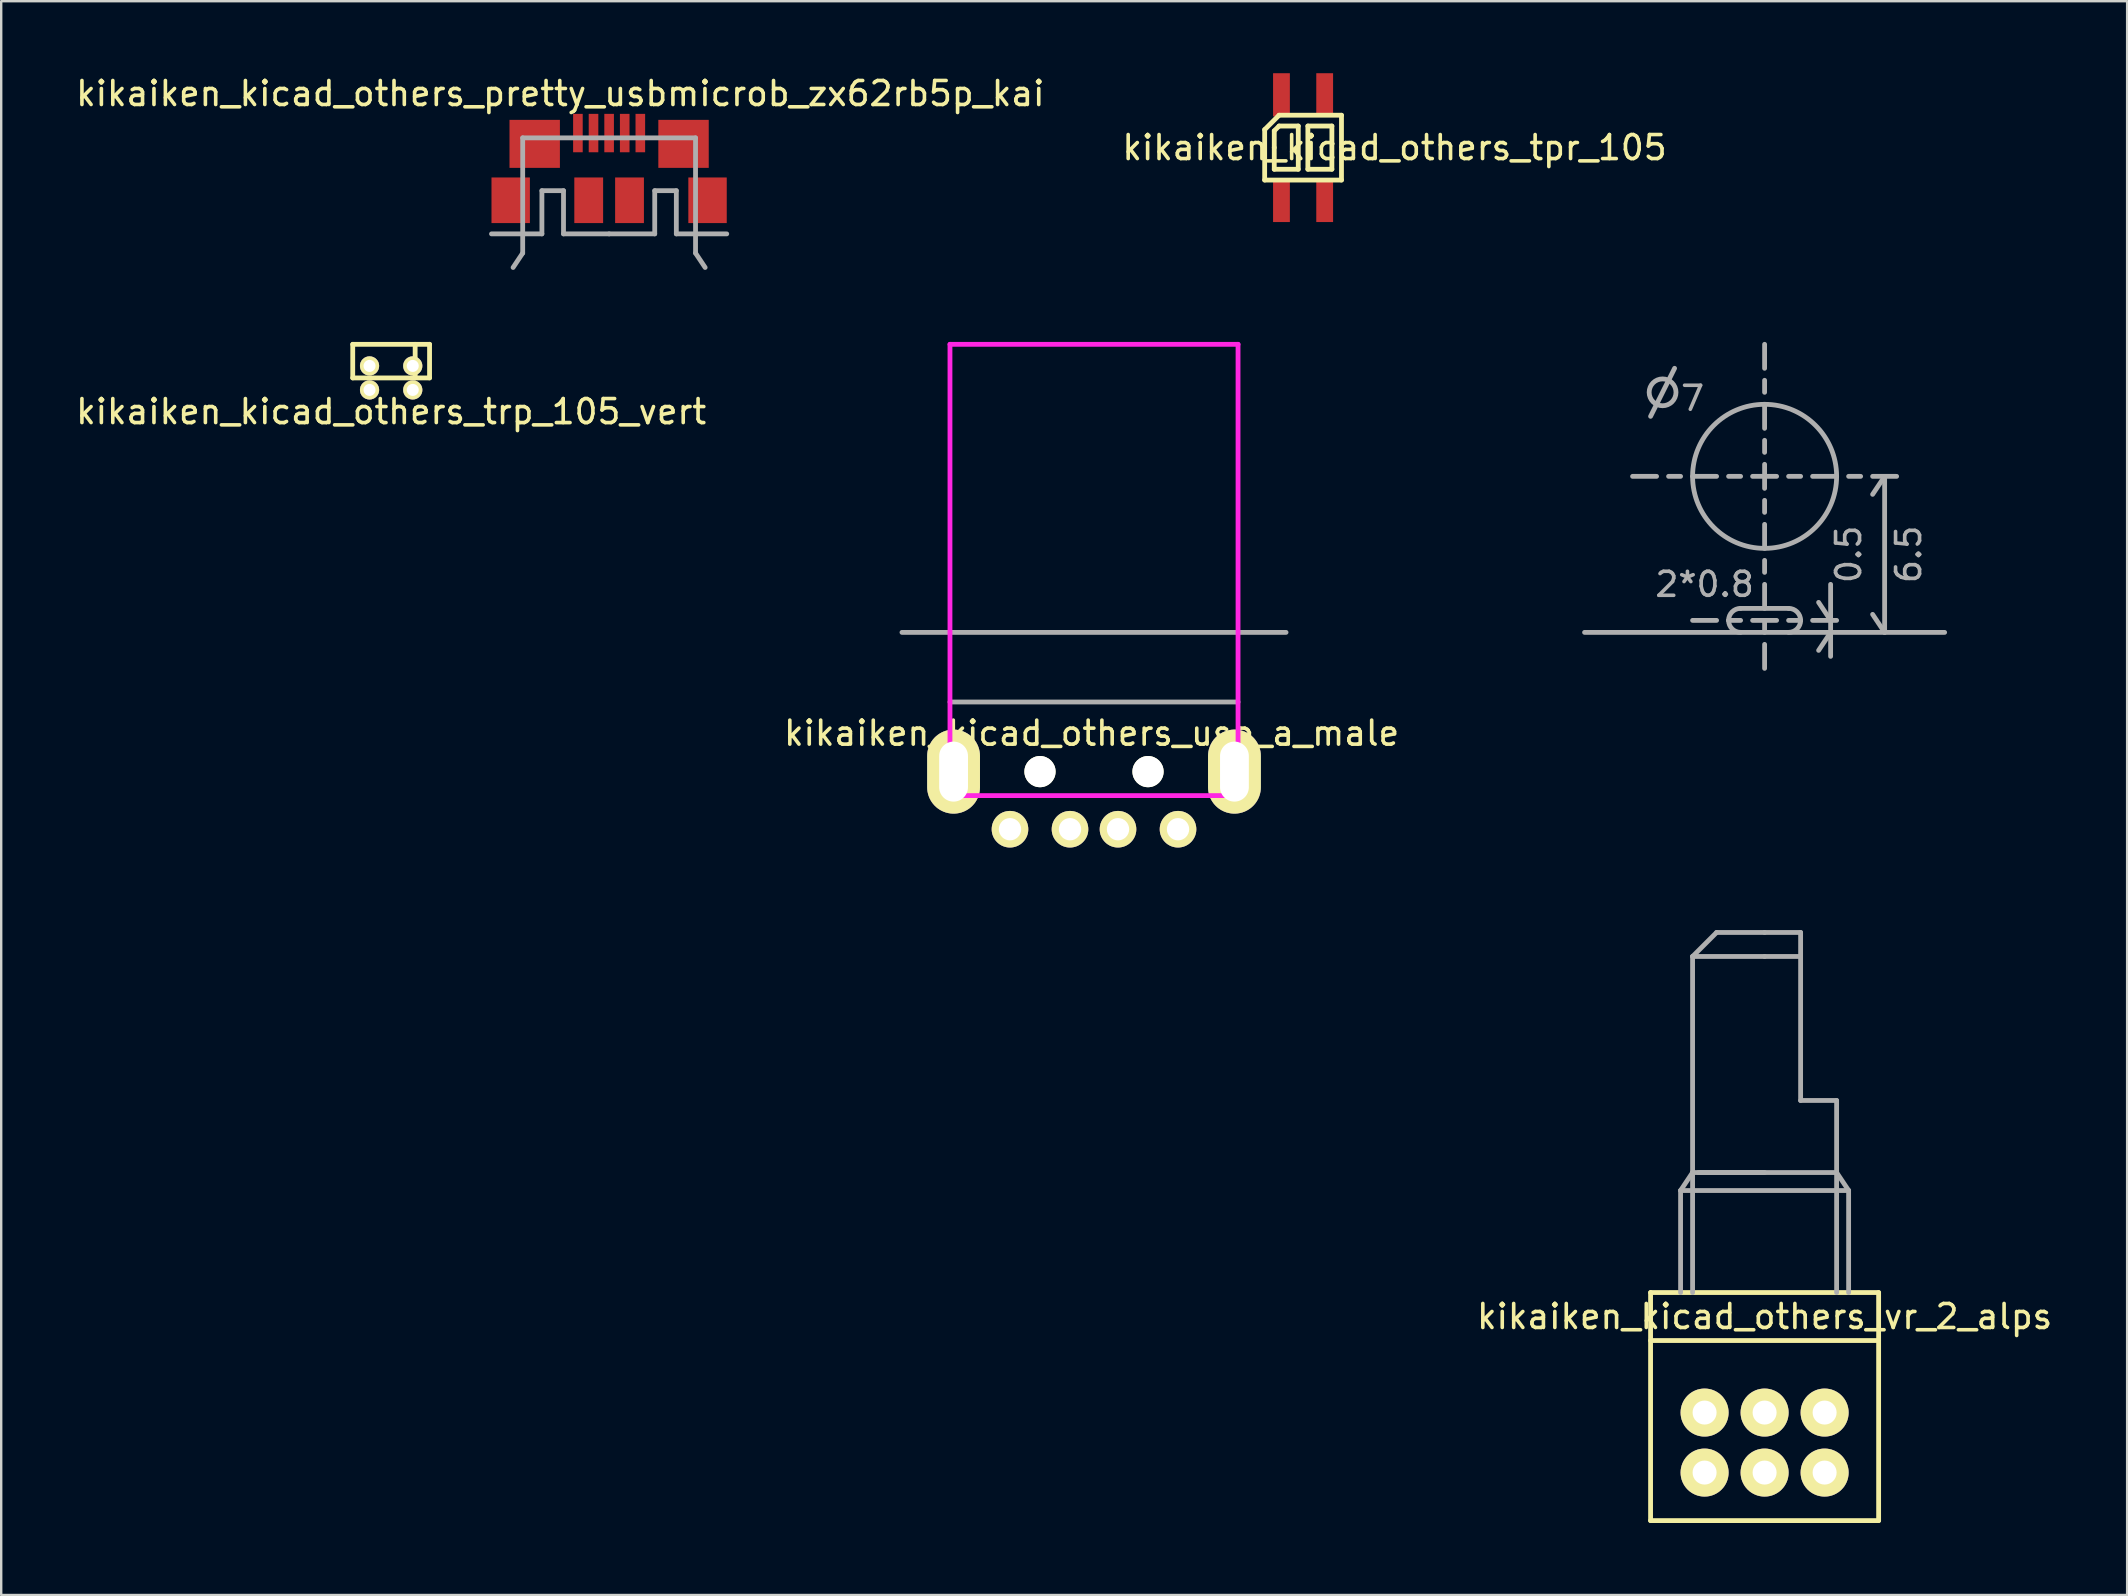
<source format=kicad_pcb>
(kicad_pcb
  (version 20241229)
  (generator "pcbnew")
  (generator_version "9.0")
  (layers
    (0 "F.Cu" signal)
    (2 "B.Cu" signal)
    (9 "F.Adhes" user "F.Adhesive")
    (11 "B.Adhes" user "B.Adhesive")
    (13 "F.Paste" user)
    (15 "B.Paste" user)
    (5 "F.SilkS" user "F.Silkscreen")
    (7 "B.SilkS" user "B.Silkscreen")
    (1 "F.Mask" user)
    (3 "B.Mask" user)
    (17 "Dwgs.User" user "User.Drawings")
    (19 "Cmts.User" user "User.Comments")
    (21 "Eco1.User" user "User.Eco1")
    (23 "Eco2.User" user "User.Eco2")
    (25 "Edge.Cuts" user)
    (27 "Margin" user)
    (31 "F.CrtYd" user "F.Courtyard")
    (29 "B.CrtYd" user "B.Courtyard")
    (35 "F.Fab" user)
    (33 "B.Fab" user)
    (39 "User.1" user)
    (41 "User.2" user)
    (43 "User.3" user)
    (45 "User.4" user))
  (footprint "kikaiken_kicad_others_tpr_105"
    (layer "F.Cu")
    (at 51.232 3.1)
    (property "Reference" "kikaiken_kicad_others_tpr_105" (at 3.81 0 0) (layer "F.SilkS") (effects (font (size 1 1) (thickness 0.15))))
    (attr through_hole)
    (fp_line (start -1.6 -0.75) (end -1.6 1.35) (stroke (width 0.2) (type solid)) (layer "F.SilkS"))
    (fp_line (start -1.6 1.35) (end 1.6 1.35) (stroke (width 0.2) (type solid)) (layer "F.SilkS"))
    (fp_line (start -1.2 -0.7) (end -1 -0.9) (stroke (width 0.2) (type solid)) (layer "F.SilkS"))
    (fp_line (start -1.2 0) (end -1.2 -0.7) (stroke (width 0.2) (type solid)) (layer "F.SilkS"))
    (fp_line (start -1.2 0.9) (end -1.2 0) (stroke (width 0.2) (type solid)) (layer "F.SilkS"))
    (fp_line (start -1 -1.35) (end -1.6 -0.75) (stroke (width 0.2) (type solid)) (layer "F.SilkS"))
    (fp_line (start -1 -0.9) (end -0.2 -0.9) (stroke (width 0.2) (type solid)) (layer "F.SilkS"))
    (fp_line (start -0.2 -0.9) (end -0.2 0.9) (stroke (width 0.2) (type solid)) (layer "F.SilkS"))
    (fp_line (start -0.2 0.9) (end -1.2 0.9) (stroke (width 0.2) (type solid)) (layer "F.SilkS"))
    (fp_line (start 0.2 -0.9) (end 0.2 0.9) (stroke (width 0.2) (type solid)) (layer "F.SilkS"))
    (fp_line (start 0.2 0.9) (end 1.2 0.9) (stroke (width 0.2) (type solid)) (layer "F.SilkS"))
    (fp_line (start 1.2 -0.9) (end 0.2 -0.9) (stroke (width 0.2) (type solid)) (layer "F.SilkS"))
    (fp_line (start 1.2 0.9) (end 1.2 -0.9) (stroke (width 0.2) (type solid)) (layer "F.SilkS"))
    (fp_line (start 1.6 -1.35) (end -1 -1.35) (stroke (width 0.2) (type solid)) (layer "F.SilkS"))
    (fp_line (start 1.6 -0.05) (end 1.6 -1.35) (stroke (width 0.2) (type solid)) (layer "F.SilkS"))
    (fp_line (start 1.6 1.35) (end 1.6 0) (stroke (width 0.2) (type solid)) (layer "F.SilkS"))
    (pad "1" smd rect (at -0.9 -2.2) (size 0.7 1.8) (layers "F.Cu" "F.Mask" "F.Paste"))
    (pad "2" smd rect (at -0.9 2.2) (size 0.7 1.8) (layers "F.Cu" "F.Mask" "F.Paste"))
    (pad "3" smd rect (at 0.9 -2.2) (size 0.7 1.8) (layers "F.Cu" "F.Mask" "F.Paste"))
    (pad "4" smd rect (at 0.9 2.2) (size 0.7 1.8) (layers "F.Cu" "F.Mask" "F.Paste")))
  (footprint "kikaiken_kicad_others_pretty_usbmicrob_zx62rb5p_kai"
    (layer "F.Cu")
    (at 22.324 5.293)
    (property "Reference" "kikaiken_kicad_others_pretty_usbmicrob_zx62rb5p_kai" (at -2.032 -4.445 0) (layer "F.SilkS") (effects (font (size 1 1) (thickness 0.15))))
    (attr through_hole)
    (fp_line (start -4 2.8) (end -3.6 2.2) (stroke (width 0.2) (type solid)) (layer "F.Fab"))
    (fp_line (start -3.6 -2.6) (end 3.6 -2.6) (stroke (width 0.2) (type solid)) (layer "F.Fab"))
    (fp_line (start -3.6 2.2) (end -3.6 -2.6) (stroke (width 0.2) (type solid)) (layer "F.Fab"))
    (fp_line (start -2.8 -0.4) (end -2.8 1.4) (stroke (width 0.2) (type solid)) (layer "F.Fab"))
    (fp_line (start -2.8 1.4) (end -4.9 1.4) (stroke (width 0.2) (type solid)) (layer "F.Fab"))
    (fp_line (start -1.9 -0.4) (end -2.8 -0.4) (stroke (width 0.2) (type solid)) (layer "F.Fab"))
    (fp_line (start -1.9 1.4) (end -1.9 -0.4) (stroke (width 0.2) (type solid)) (layer "F.Fab"))
    (fp_line (start 0 1.4) (end -1.9 1.4) (stroke (width 0.2) (type solid)) (layer "F.Fab"))
    (fp_line (start 1.9 -0.4) (end 1.9 1.4) (stroke (width 0.2) (type solid)) (layer "F.Fab"))
    (fp_line (start 1.9 1.4) (end 0 1.4) (stroke (width 0.2) (type solid)) (layer "F.Fab"))
    (fp_line (start 2.8 -0.4) (end 1.9 -0.4) (stroke (width 0.2) (type solid)) (layer "F.Fab"))
    (fp_line (start 2.8 1.4) (end 2.8 -0.4) (stroke (width 0.2) (type solid)) (layer "F.Fab"))
    (fp_line (start 3.6 -2.6) (end 3.6 2.2) (stroke (width 0.2) (type solid)) (layer "F.Fab"))
    (fp_line (start 3.6 2.2) (end 4 2.8) (stroke (width 0.2) (type solid)) (layer "F.Fab"))
    (fp_line (start 4.9 1.4) (end 2.8 1.4) (stroke (width 0.2) (type solid)) (layer "F.Fab"))
    (pad "" smd rect (at -4.1 0) (size 1.6 1.9) (layers "F.Cu" "F.Mask" "F.Paste"))
    (pad "" smd rect (at -0.85 0) (size 1.2 1.9) (layers "F.Cu" "F.Mask" "F.Paste"))
    (pad "" smd rect (at 0.85 0) (size 1.2 1.9) (layers "F.Cu" "F.Mask" "F.Paste"))
    (pad "" smd rect (at 4.1 0) (size 1.6 1.9) (layers "F.Cu" "F.Mask" "F.Paste"))
    (pad "1" smd rect (at 1.3 -2.8) (size 0.4 1.6) (layers "F.Cu" "F.Mask" "F.Paste"))
    (pad "2" smd rect (at 0.65 -2.8) (size 0.4 1.6) (layers "F.Cu" "F.Mask" "F.Paste"))
    (pad "3" smd rect (at 0 -2.8) (size 0.4 1.6) (layers "F.Cu" "F.Mask" "F.Paste"))
    (pad "4" smd rect (at -0.65 -2.8) (size 0.4 1.6) (layers "F.Cu" "F.Mask" "F.Paste"))
    (pad "5" smd rect (at -1.3 -2.8) (size 0.4 1.6) (layers "F.Cu" "F.Mask" "F.Paste"))
    (pad "6" smd rect (at -3.1 -2.35) (size 2.1 2) (layers "F.Cu" "F.Mask" "F.Paste"))
    (pad "6" smd rect (at 3.1 -2.35) (size 2.1 2) (layers "F.Cu" "F.Mask" "F.Paste")))
  (footprint "kikaiken_kicad_others_vr_2_alps"
    (layer "F.Cu")
    (at 70.458 50.793)
    (property "Reference" "kikaiken_kicad_others_vr_2_alps" (at 0 1 0) (layer "F.SilkS") (effects (font (size 1 1) (thickness 0.15))))
    (attr through_hole)
    (fp_line (start -4.75 0) (end 4.75 0) (stroke (width 0.2) (type solid)) (layer "F.SilkS"))
    (fp_line (start -4.75 2) (end 4.75 2) (stroke (width 0.2) (type solid)) (layer "F.SilkS"))
    (fp_line (start -4.75 9.5) (end -4.75 0) (stroke (width 0.2) (type solid)) (layer "F.SilkS"))
    (fp_line (start 4.75 0) (end 4.75 9.5) (stroke (width 0.2) (type solid)) (layer "F.SilkS"))
    (fp_line (start 4.75 9.5) (end -4.75 9.5) (stroke (width 0.2) (type solid)) (layer "F.SilkS"))
    (fp_line (start -7.5 -27.5) (end 7.5 -27.5) (stroke (width 0.2) (type solid)) (layer "F.Fab"))
    (fp_line (start -4.5 -34) (end -5.5 -34) (stroke (width 0.2) (type solid)) (layer "F.Fab"))
    (fp_line (start -3.75 -38.5) (end -4.75 -36.5) (stroke (width 0.2) (type solid)) (layer "F.Fab"))
    (fp_line (start -3.5 -34) (end -4 -34) (stroke (width 0.2) (type solid)) (layer "F.Fab"))
    (fp_line (start -3.5 -4.25) (end -3 -5) (stroke (width 0.2) (type solid)) (layer "F.Fab"))
    (fp_line (start -3.5 0) (end -3.5 -4.25) (stroke (width 0.2) (type solid)) (layer "F.Fab"))
    (fp_line (start -3 -14) (end -2 -15) (stroke (width 0.2) (type solid)) (layer "F.Fab"))
    (fp_line (start -3 -14) (end 0 -14) (stroke (width 0.2) (type solid)) (layer "F.Fab"))
    (fp_line (start -3 -5) (end -3 -14) (stroke (width 0.2) (type solid)) (layer "F.Fab"))
    (fp_line (start -3 -5) (end -3 0) (stroke (width 0.2) (type solid)) (layer "F.Fab"))
    (fp_line (start -3 -5) (end 3 -5) (stroke (width 0.2) (type solid)) (layer "F.Fab"))
    (fp_line (start -2.75 -5) (end 0 -5) (stroke (width 0.2) (type solid)) (layer "F.Fab"))
    (fp_line (start -2 -34) (end -3 -34) (stroke (width 0.2) (type solid)) (layer "F.Fab"))
    (fp_line (start -2 -28) (end -3 -28) (stroke (width 0.2) (type solid)) (layer "F.Fab"))
    (fp_line (start -2 -15) (end 0 -15) (stroke (width 0.2) (type solid)) (layer "F.Fab"))
    (fp_line (start -1 -34) (end -1.5 -34) (stroke (width 0.2) (type solid)) (layer "F.Fab"))
    (fp_line (start -1 -28.5) (end 1 -28.5) (stroke (width 0.2) (type solid)) (layer "F.Fab"))
    (fp_line (start -1 -28) (end -1.5 -28) (stroke (width 0.2) (type solid)) (layer "F.Fab"))
    (fp_line (start -0.5 -34) (end 0.5 -34) (stroke (width 0.2) (type solid)) (layer "F.Fab"))
    (fp_line (start -0.5 -28) (end 0.5 -28) (stroke (width 0.2) (type solid)) (layer "F.Fab"))
    (fp_line (start 0 -38.5) (end 0 -39.5) (stroke (width 0.2) (type solid)) (layer "F.Fab"))
    (fp_line (start 0 -37.5) (end 0 -38) (stroke (width 0.2) (type solid)) (layer "F.Fab"))
    (fp_line (start 0 -36) (end 0 -37) (stroke (width 0.2) (type solid)) (layer "F.Fab"))
    (fp_line (start 0 -35) (end 0 -35.5) (stroke (width 0.2) (type solid)) (layer "F.Fab"))
    (fp_line (start 0 -33.5) (end 0 -34.5) (stroke (width 0.2) (type solid)) (layer "F.Fab"))
    (fp_line (start 0 -33) (end 0 -32.5) (stroke (width 0.2) (type solid)) (layer "F.Fab"))
    (fp_line (start 0 -32) (end 0 -31) (stroke (width 0.2) (type solid)) (layer "F.Fab"))
    (fp_line (start 0 -30.5) (end 0 -30) (stroke (width 0.2) (type solid)) (layer "F.Fab"))
    (fp_line (start 0 -29.5) (end 0 -28.5) (stroke (width 0.2) (type solid)) (layer "F.Fab"))
    (fp_line (start 0 -28) (end 0 -27.5) (stroke (width 0.2) (type solid)) (layer "F.Fab"))
    (fp_line (start 0 -27) (end 0 -26) (stroke (width 0.2) (type solid)) (layer "F.Fab"))
    (fp_line (start 0 -14) (end 1.5 -14) (stroke (width 0.2) (type solid)) (layer "F.Fab"))
    (fp_line (start 1 -34) (end 1.5 -34) (stroke (width 0.2) (type solid)) (layer "F.Fab"))
    (fp_line (start 1 -28) (end 1.5 -28) (stroke (width 0.2) (type solid)) (layer "F.Fab"))
    (fp_line (start 1.5 -15) (end 0 -15) (stroke (width 0.2) (type solid)) (layer "F.Fab"))
    (fp_line (start 1.5 -15) (end 1.5 -8) (stroke (width 0.2) (type solid)) (layer "F.Fab"))
    (fp_line (start 1.5 -8) (end 3 -8) (stroke (width 0.2) (type solid)) (layer "F.Fab"))
    (fp_line (start 2 -34) (end 3 -34) (stroke (width 0.2) (type solid)) (layer "F.Fab"))
    (fp_line (start 2 -28) (end 3 -28) (stroke (width 0.2) (type solid)) (layer "F.Fab"))
    (fp_line (start 2.75 -28) (end 2.25 -28.75) (stroke (width 0.2) (type solid)) (layer "F.Fab"))
    (fp_line (start 2.75 -27.5) (end 2.25 -26.75) (stroke (width 0.2) (type solid)) (layer "F.Fab"))
    (fp_line (start 2.75 -26.5) (end 2.75 -29.5) (stroke (width 0.2) (type solid)) (layer "F.Fab"))
    (fp_line (start 3 -8) (end 3 -5) (stroke (width 0.2) (type solid)) (layer "F.Fab"))
    (fp_line (start 3 -5) (end 3 0) (stroke (width 0.2) (type solid)) (layer "F.Fab"))
    (fp_line (start 3 -5) (end 3.5 -4.25) (stroke (width 0.2) (type solid)) (layer "F.Fab"))
    (fp_line (start 3.5 -34) (end 4 -34) (stroke (width 0.2) (type solid)) (layer "F.Fab"))
    (fp_line (start 3.5 -4.25) (end -3.5 -4.25) (stroke (width 0.2) (type solid)) (layer "F.Fab"))
    (fp_line (start 3.5 0) (end 3.5 -4.25) (stroke (width 0.2) (type solid)) (layer "F.Fab"))
    (fp_line (start 4.5 -34) (end 5.5 -34) (stroke (width 0.2) (type solid)) (layer "F.Fab"))
    (fp_line (start 5 -34) (end 4.5 -33.25) (stroke (width 0.2) (type solid)) (layer "F.Fab"))
    (fp_line (start 5 -34) (end 5 -27.5) (stroke (width 0.2) (type solid)) (layer "F.Fab"))
    (fp_line (start 5 -27.5) (end 4.5 -28.25) (stroke (width 0.2) (type solid)) (layer "F.Fab"))
    (fp_arc (start -1.5 -28) (mid -1.353553 -28.353553) (end -1 -28.5) (stroke (width 0.2) (type solid)) (layer "F.Fab"))
    (fp_arc (start -1 -27.5) (mid -1.353553 -27.646447) (end -1.5 -28) (stroke (width 0.2) (type solid)) (layer "F.Fab"))
    (fp_arc (start 1 -28.5) (mid 1.353553 -28.353553) (end 1.5 -28) (stroke (width 0.2) (type solid)) (layer "F.Fab"))
    (fp_arc (start 1.5 -28) (mid 1.353553 -27.646447) (end 1 -27.5) (stroke (width 0.2) (type solid)) (layer "F.Fab"))
    (fp_circle (center -4.25 -37.5) (end -3.75 -37.25) (stroke (width 0.2) (type solid)) (fill no) (layer "F.Fab"))
    (fp_circle (center 0 -34) (end 0 -31) (stroke (width 0.2) (type solid)) (fill no) (layer "F.Fab"))
    (fp_text user "7" (at -3 -37.25 0) (layer "F.Fab") (effects (font (size 1 1) (thickness 0.15))))
    (fp_text user "0.5" (at 3.5 -30.75 90) (layer "F.Fab") (effects (font (size 1 1) (thickness 0.15))))
    (fp_text user "6.5" (at 6 -30.75 90) (layer "F.Fab") (effects (font (size 1 1) (thickness 0.15))))
    (fp_text user "2*0.8" (at -2.5 -29.5 0) (layer "F.Fab") (effects (font (size 1 1) (thickness 0.15))))
    (pad "1" thru_hole circle (at -2.5 5) (size 2 2) (drill 1) (layers "*.Cu" "*.Mask" "F.SilkS"))
    (pad "2" thru_hole circle (at 0 5) (size 2 2) (drill 1) (layers "*.Cu" "*.Mask" "F.SilkS"))
    (pad "3" thru_hole circle (at 2.5 5) (size 2 2) (drill 1) (layers "*.Cu" "*.Mask" "F.SilkS"))
    (pad "4" thru_hole circle (at -2.5 7.5) (size 2 2) (drill 1) (layers "*.Cu" "*.Mask" "F.SilkS"))
    (pad "5" thru_hole circle (at 0 7.5) (size 2 2) (drill 1) (layers "*.Cu" "*.Mask" "F.SilkS"))
    (pad "6" thru_hole circle (at 2.5 7.5) (size 2 2) (drill 1) (layers "*.Cu" "*.Mask" "F.SilkS")))
  (footprint "kikaiken_kicad_others_usb_a_male"
    (layer "F.Cu")
    (at 42.523 31.493)
    (property "Reference" "kikaiken_kicad_others_usb_a_male" (at -0.1 -4 0) (layer "F.SilkS") (effects (font (size 1 1) (thickness 0.15))))
    (attr through_hole)
    (fp_line (start -6 -20.2) (end 6 -20.2) (stroke (width 0.2) (type solid)) (layer "F.CrtYd"))
    (fp_line (start -6 -1.4) (end -6 -20.2) (stroke (width 0.2) (type solid)) (layer "F.CrtYd"))
    (fp_line (start -6 -1.4) (end 6 -1.4) (stroke (width 0.2) (type solid)) (layer "F.CrtYd"))
    (fp_line (start 6 -20.2) (end 6 -1.4) (stroke (width 0.2) (type solid)) (layer "F.CrtYd"))
    (fp_line (start -6 -8.2) (end -8 -8.2) (stroke (width 0.2) (type solid)) (layer "F.Fab"))
    (fp_line (start -6 -8.2) (end 6 -8.2) (stroke (width 0.2) (type solid)) (layer "F.Fab"))
    (fp_line (start -6 -5.3) (end 6 -5.3) (stroke (width 0.2) (type solid)) (layer "F.Fab"))
    (fp_line (start 6 -8.2) (end 8 -8.2) (stroke (width 0.2) (type solid)) (layer "F.Fab"))
    (pad "" np_thru_hole circle (at -2.25 -2.4) (size 1.3 1.3) (drill 1.3) (layers "*.Cu" "*.Mask" "F.SilkS"))
    (pad "" np_thru_hole circle (at 2.25 -2.4) (size 1.3 1.3) (drill 1.3) (layers "*.Cu" "*.Mask" "F.SilkS"))
    (pad "1" thru_hole circle (at -3.5 0) (size 1.524 1.524) (drill 0.93) (layers "*.Cu" "*.Mask" "F.SilkS"))
    (pad "2" thru_hole circle (at -1 0) (size 1.524 1.524) (drill 0.93) (layers "*.Cu" "*.Mask" "F.SilkS"))
    (pad "3" thru_hole circle (at 1 0) (size 1.524 1.524) (drill 0.93) (layers "*.Cu" "*.Mask" "F.SilkS"))
    (pad "4" thru_hole circle (at 3.5 0) (size 1.524 1.524) (drill 0.93) (layers "*.Cu" "*.Mask" "F.SilkS"))
    (pad "5" thru_hole oval (at -5.85 -2.4) (size 2.2 3.5) (drill oval 1.2 2.5) (layers "*.Cu" "*.Mask" "F.SilkS"))
    (pad "5" thru_hole oval (at 5.85 -2.4) (size 2.2 3.5) (drill oval 1.2 2.5) (layers "*.Cu" "*.Mask" "F.SilkS")))
  (footprint "kikaiken_kicad_others_trp_105_vert"
    (layer "F.Cu")
    (at 13.244 12.193)
    (property "Reference" "kikaiken_kicad_others_trp_105_vert" (at 0 1.905 0) (layer "F.SilkS") (effects (font (size 1 1) (thickness 0.15))))
    (attr through_hole)
    (fp_line (start -1.6 -0.9) (end -1.6 0.5) (stroke (width 0.2) (type solid)) (layer "F.SilkS"))
    (fp_line (start -1.6 0.5) (end 1.6 0.5) (stroke (width 0.2) (type solid)) (layer "F.SilkS"))
    (fp_line (start 1 -0.9) (end 1 0.5) (stroke (width 0.2) (type solid)) (layer "F.SilkS"))
    (fp_line (start 1.6 -0.9) (end -1.6 -0.9) (stroke (width 0.2) (type solid)) (layer "F.SilkS"))
    (fp_line (start 1.6 -0.9) (end 1.6 0.5) (stroke (width 0.2) (type solid)) (layer "F.SilkS"))
    (pad "1" thru_hole circle (at 0.9 1) (size 0.8 0.8) (drill 0.5) (layers "*.Cu" "*.Mask" "F.SilkS"))
    (pad "2" thru_hole circle (at 0.9 0) (size 0.8 0.8) (drill 0.5) (layers "*.Cu" "*.Mask" "F.SilkS"))
    (pad "3" thru_hole circle (at -0.9 1) (size 0.8 0.8) (drill 0.5) (layers "*.Cu" "*.Mask" "F.SilkS"))
    (pad "4" thru_hole circle (at -0.9 0) (size 0.8 0.8) (drill 0.5) (layers "*.Cu" "*.Mask" "F.SilkS")))
  (gr_rect
    (start -3 -3)
    (end 85.56 63.393)
    (stroke (width 0.1) (type default))
    (fill no)
    (layer "Edge.Cuts")))
</source>
